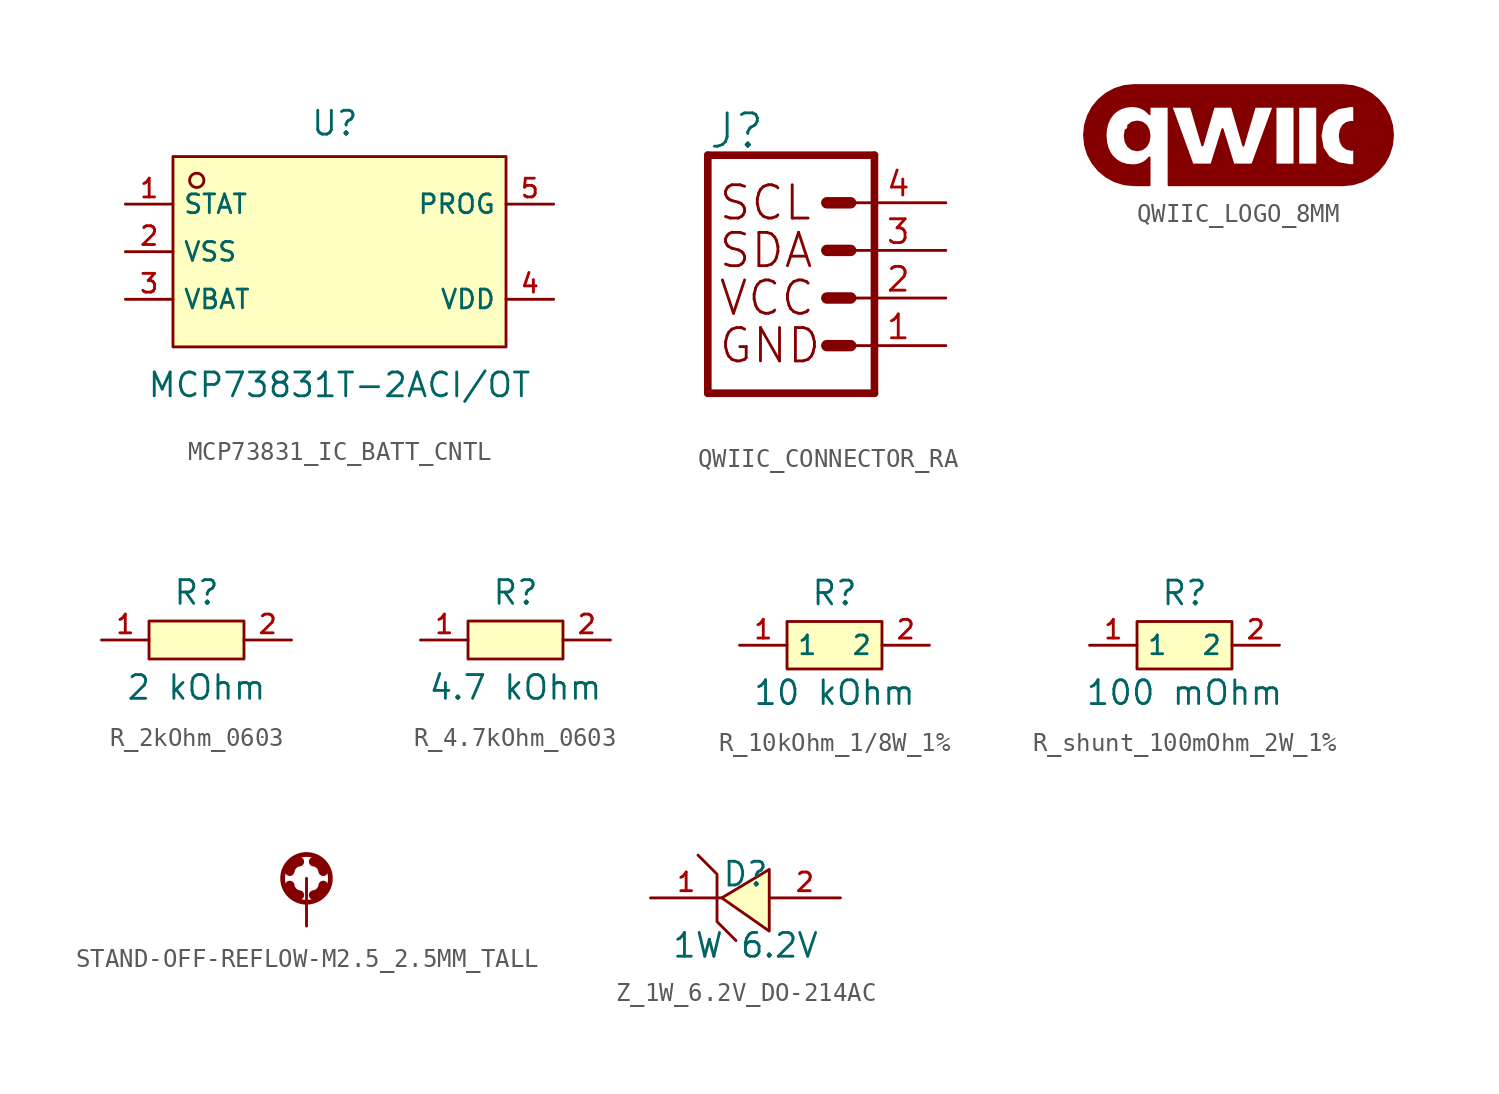
<source format=kicad_sym>
(kicad_symbol_lib
  (version 20241209)
  (generator "kicad_symbol_editor")
  (generator_version "9.0")
  (symbol "MCP73831_IC_BATT_CNTL"
    (property "Reference" "U"
      (at -0.254 6.858 0)
      (effects (font (size 1.27 1.27))))
    (property "Value" "MCP73831T-2ACI{slash}OT"
      (at 0 -7.112 0)
      (effects (font (size 1.27 1.27))))
    (symbol "MCP73831_IC_BATT_CNTL_0_1"
      (rectangle (start -8.89 5.08) (end 8.89 -5.08) (stroke (width 0) (type default)) (fill (type background)))
      (circle (center -7.62 3.81) (radius 0.381) (stroke (width 0) (type default)) (fill (type background)))
      (pin unspecified line (at -11.43 2.54 0) (length 2.54) (name "STAT" (effects (font (size 1 1)))) (number "1" (effects (font (size 1 1)))))
      (pin unspecified line (at -11.43 0 0) (length 2.54) (name "VSS" (effects (font (size 1 1)))) (number "2" (effects (font (size 1 1)))))
      (pin unspecified line (at -11.43 -2.54 0) (length 2.54) (name "VBAT" (effects (font (size 1 1)))) (number "3" (effects (font (size 1 1)))))
      (pin unspecified line (at 11.43 2.54 180) (length 2.54) (name "PROG" (effects (font (size 1 1)))) (number "5" (effects (font (size 1 1)))))
      (pin unspecified line (at 11.43 -2.54 180) (length 2.54) (name "VDD" (effects (font (size 1 1)))) (number "4" (effects (font (size 1 1)))))))
  (symbol "QWIIC_CONNECTOR_RA"
    (property "Reference" "J"
      (at -5.08 7.874 0)
      (effects (font (size 1.778 1.778)) (justify left bottom)))
    (property "Value" ""
      (at -5.08 -5.334 0)
      (effects (font (size 1.778 1.778)) (justify left top)))
    (symbol "QWIIC_CONNECTOR_RA_1_0"
      (polyline (pts (xy -5.08 7.62) (xy -5.08 -5.08)) (stroke (width 0.406) (type solid)) (fill (type none)))
      (polyline (pts (xy -5.08 7.62) (xy 3.81 7.62)) (stroke (width 0.406) (type solid)) (fill (type none)))
      (polyline (pts (xy 1.27 5.08) (xy 2.54 5.08)) (stroke (width 0.61) (type solid)) (fill (type none)))
      (polyline (pts (xy 1.27 2.54) (xy 2.54 2.54)) (stroke (width 0.61) (type solid)) (fill (type none)))
      (polyline (pts (xy 1.27 0) (xy 2.54 0)) (stroke (width 0.61) (type solid)) (fill (type none)))
      (polyline (pts (xy 1.27 -2.54) (xy 2.54 -2.54)) (stroke (width 0.61) (type solid)) (fill (type none)))
      (polyline (pts (xy 3.81 -5.08) (xy -5.08 -5.08)) (stroke (width 0.406) (type solid)) (fill (type none)))
      (polyline (pts (xy 3.81 -5.08) (xy 3.81 7.62)) (stroke (width 0.406) (type solid)) (fill (type none)))
      (text "SCL" (at -4.572 5.08 0) (effects (font (size 1.778 1.778)) (justify left)))
      (text "SDA" (at -4.572 2.54 0) (effects (font (size 1.778 1.778)) (justify left)))
      (text "VCC" (at -4.572 0 0) (effects (font (size 1.778 1.778)) (justify left)))
      (text "GND" (at -4.572 -2.54 0) (effects (font (size 1.778 1.778)) (justify left)))
      (pin passive line (at 7.62 5.08 180) (length 5.08) (name "4" (effects (font (size 0 0)))) (number "4" (effects (font (size 1.27 1.27)))))
      (pin passive line (at 7.62 2.54 180) (length 5.08) (name "3" (effects (font (size 0 0)))) (number "3" (effects (font (size 1.27 1.27)))))
      (pin power_in line (at 7.62 0 180) (length 5.08) (name "2" (effects (font (size 0 0)))) (number "2" (effects (font (size 1.27 1.27)))))
      (pin power_in line (at 7.62 -2.54 180) (length 5.08) (name "1" (effects (font (size 0 0)))) (number "1" (effects (font (size 1.27 1.27)))))))
  (symbol "QWIIC_LOGO_8MM"
    (property "Reference" "LOGO"
      (at 0 0 0)
      (effects (font (size 1.27 1.27)) (hide yes)))
    (property "ki_locked" ""
      (at 0 0 0)
      (effects (font (size 1.27 1.27))))
    (symbol "QWIIC_LOGO_8MM_1_0"
      (polyline (pts (xy -5.981 0.253) (xy -6.029 -0.06) (xy -5.981 -0.373) (xy -5.853 -0.603) (xy -5.815 -0.639) (xy -5.646 -0.765) (xy -5.597 -0.781) (xy -5.39 -0.824) (xy -5.339 -0.825) (xy -5.132 -0.781) (xy -5.083 -0.766) (xy -4.915 -0.638) (xy -4.877 -0.603) (xy -4.749 -0.372) (xy -4.702 -0.059) (xy -4.749 0.253) (xy -4.877 0.484) (xy -4.914 0.52) (xy -5.083 0.646) (xy -5.132 0.662) (xy -5.339 0.705) (xy -5.391 0.704) (xy -5.597 0.661) (xy -5.646 0.645) (xy -5.815 0.518) (xy -5.853 0.483)) (stroke (width 0.1) (type solid)) (fill (type outline)))
      (polyline (pts (xy 5.622 2.656) (xy -5.487 2.656) (xy -5.54 2.655) (xy -6.067 2.602) (xy -6.572 2.444) (xy -6.99 2.217) (xy -7.035 2.19) (xy -7.402 1.887) (xy -7.439 1.849) (xy -7.742 1.482) (xy -7.768 1.436) (xy -7.995 1.017) (xy -8.136 0.562) (xy -8.15 0.511) (xy -8.203 -0.015) (xy -8.15 -0.541) (xy -8.138 -0.592) (xy -7.997 -1.047) (xy -7.974 -1.095) (xy -7.747 -1.513) (xy -7.444 -1.881) (xy -7.408 -1.919) (xy -7.041 -2.222) (xy -6.997 -2.251) (xy -6.579 -2.478) (xy -6.529 -2.496) (xy -6.074 -2.637) (xy -6.022 -2.644) (xy -5.548 -2.691) (xy -5.495 -2.693) (xy -4.702 -2.693) (xy -4.701 -1.212) (xy -4.72 -1.211) (xy -4.788 -1.292) (xy -4.865 -1.365) (xy -4.906 -1.398) (xy -4.992 -1.459) (xy -5.084 -1.511) (xy -5.182 -1.552) (xy -5.231 -1.57) (xy -5.333 -1.598) (xy -5.438 -1.615) (xy -5.49 -1.621) (xy -5.596 -1.627) (xy -5.649 -1.624) (xy -5.912 -1.599) (xy -5.963 -1.586) (xy -6.165 -1.524) (xy -6.215 -1.506) (xy -6.446 -1.377) (xy -6.643 -1.201) (xy -6.677 -1.161) (xy -6.801 -0.989) (xy -6.829 -0.945) (xy -6.939 -0.704) (xy -6.955 -0.654) (xy -7.018 -0.397) (xy -7.026 -0.345) (xy -7.046 -0.081) (xy -7.05 -0.028) (xy -7.025 0.288) (xy -7.015 0.34) (xy -6.952 0.597) (xy -6.932 0.645) (xy -6.844 0.838) (xy -6.82 0.885) (xy -6.664 1.099) (xy -6.467 1.275) (xy -6.422 1.303) (xy -6.237 1.406) (xy -6.189 1.426) (xy -5.936 1.502) (xy -5.672 1.527) (xy -5.62 1.529) (xy -5.514 1.524) (xy -5.461 1.518) (xy -5.357 1.502) (xy -5.255 1.474) (xy -5.205 1.458) (xy -5.106 1.418) (xy -5.013 1.367) (xy -4.969 1.34) (xy -4.883 1.278) (xy -4.805 1.206) (xy -4.701 1.095) (xy -4.701 1.466) (xy -4.679 1.496) (xy -3.727 1.496) (xy -3.699 1.487) (xy -3.505 1.496) (xy -2.512 1.496) (xy -2.485 1.461) (xy -1.886 -0.568) (xy -1.872 -0.561) (xy -1.283 1.471) (xy -1.248 1.496) (xy -0.349 1.496) (xy -0.304 1.486) (xy 0.29 -0.545) (xy 0.305 -0.584) (xy 0.919 1.496) (xy 1.871 1.496) (xy 1.894 1.488) (xy 2.037 1.489) (xy 2.068 1.496) (xy 3.02 1.496) (xy 3.033 1.456) (xy 3.033 -1.547) (xy 3.238 -1.554) (xy 3.238 1.449) (xy 3.244 1.496) (xy 4.196 1.496) (xy 4.247 1.494) (xy 4.247 -1.562) (xy 4.835 -1.149) (xy 4.553 -0.716) (xy 4.537 -0.666) (xy 4.436 -0.094) (xy 4.433 -0.042) (xy 4.543 0.584) (xy 4.568 0.629) (xy 4.855 1.074) (xy 4.893 1.109) (xy 5.338 1.395) (xy 5.385 1.419) (xy 6.01 1.527) (xy 6.063 1.529) (xy 6.116 1.528) (xy 6.221 1.52) (xy 6.223 1.469) (xy 6.223 0.676) (xy 6.184 0.683) (xy 6.131 0.689) (xy 6.079 0.692) (xy 6.027 0.684) (xy 5.82 0.639) (xy 5.777 0.608) (xy 5.652 0.51) (xy 5.615 0.474) (xy 5.515 0.288) (xy 5.493 0.24) (xy 5.455 -0.021) (xy 5.453 -0.074) (xy 5.491 -0.336) (xy 5.508 -0.385) (xy 5.607 -0.572) (xy 5.64 -0.612) (xy 5.807 -0.742) (xy 5.857 -0.757) (xy 6.064 -0.801) (xy 6.117 -0.799) (xy 6.17 -0.794) (xy 6.222 -0.786) (xy 6.223 -1.578) (xy 6.203 -1.613) (xy 6.098 -1.62) (xy 6.045 -1.621) (xy 5.992 -1.618) (xy 5.367 -1.51) (xy 4.875 -1.2) (xy 4.85 -1.169) (xy 4.236 -1.58) (xy 4.223 -1.588) (xy 3.27 -1.588) (xy 3.249 -1.574) (xy 3.029 -1.571) (xy 3.023 -1.588) (xy 2.071 -1.588) (xy 2.024 -1.582) (xy 2.024 1.474) (xy 1.901 1.472) (xy 0.797 -1.547) (xy 0.756 -1.588) (xy -0.197 -1.588) (xy -0.23 -1.561) (xy -0.806 0.31) (xy -0.822 0.272) (xy -1.388 -1.546) (xy -1.411 -1.588) (xy -2.363 -1.588) (xy -2.408 -1.577) (xy -3.513 1.456) (xy -3.516 1.484) (xy -3.687 1.47) (xy -3.687 -2.643) (xy -3.684 -2.693) (xy 5.574 -2.693) (xy 5.627 -2.693) (xy 6.153 -2.64) (xy 6.204 -2.626) (xy 6.659 -2.485) (xy 7.078 -2.258) (xy 7.123 -2.232) (xy 7.491 -1.929) (xy 7.528 -1.892) (xy 7.831 -1.525) (xy 7.859 -1.48) (xy 8.086 -1.061) (xy 8.243 -0.556) (xy 8.296 -0.03) (xy 8.293 0.023) (xy 8.245 0.497) (xy 8.234 0.548) (xy 8.093 1.003) (xy 8.071 1.051) (xy 7.844 1.469) (xy 7.812 1.511) (xy 7.542 1.837) (xy 7.508 1.877) (xy 7.14 2.18) (xy 7.097 2.21) (xy 6.678 2.437) (xy 6.629 2.456) (xy 6.175 2.597) (xy 6.122 2.605) (xy 5.649 2.653)) (stroke (width 0.1) (type solid)) (fill (type outline)))))
  (symbol "R_2kOhm_0603"
    (property "Reference" "R"
      (at 0 2.54 0)
      (effects (font (size 1.27 1.27))))
    (property "Value" "2 kOhm"
      (at 0 -2.54 0)
      (effects (font (size 1.27 1.27))))
    (symbol "R_2kOhm_0603_0_1"
      (rectangle (start -2.54 1.016) (end 2.54 -1.016) (stroke (width 0) (type default)) (fill (type background))))
    (symbol "R_2kOhm_0603_1_1"
      (pin input line (at -5.08 0 0) (length 2.54) (name "" (effects (font (size 1 1)))) (number "1" (effects (font (size 1 1)))))
      (pin input line (at 5.08 0 180) (length 2.54) (name "" (effects (font (size 1 1)))) (number "2" (effects (font (size 1 1)))))))
  (symbol "R_4.7kOhm_0603"
    (property "Reference" "R"
      (at 0 2.54 0)
      (effects (font (size 1.27 1.27))))
    (property "Value" "4.7 kOhm"
      (at 0 -2.54 0)
      (effects (font (size 1.27 1.27))))
    (symbol "R_4.7kOhm_0603_0_1"
      (rectangle (start -2.54 1.016) (end 2.54 -1.016) (stroke (width 0) (type default)) (fill (type background))))
    (symbol "R_4.7kOhm_0603_1_1"
      (pin bidirectional line (at -5.08 0 0) (length 2.54) (name "" (effects (font (size 1 1)))) (number "1" (effects (font (size 1 1)))))
      (pin bidirectional line (at 5.08 0 180) (length 2.54) (name "" (effects (font (size 1 1)))) (number "2" (effects (font (size 1 1)))))))
  (symbol "R_10kOhm_1/8W_1%"
    (property "Reference" "R"
      (at 0 2.794 0)
      (effects (font (size 1.27 1.27))))
    (property "Value" "10 kOhm"
      (at 0 -2.54 0)
      (effects (font (size 1.27 1.27))))
    (symbol "R_10kOhm_1/8W_1%_0_1"
      (rectangle (start -2.54 1.27) (end 2.54 -1.27) (stroke (width 0) (type default)) (fill (type background)))
      (pin unspecified line (at -5.08 0 0) (length 2.54) (name "1" (effects (font (size 1 1)))) (number "1" (effects (font (size 1 1)))))
      (pin unspecified line (at 5.08 0 180) (length 2.54) (name "2" (effects (font (size 1 1)))) (number "2" (effects (font (size 1 1)))))))
  (symbol "R_shunt_100mOhm_2W_1%"
    (property "Reference" "R"
      (at 0 2.794 0)
      (effects (font (size 1.27 1.27))))
    (property "Value" "100 mOhm"
      (at 0 -2.54 0)
      (effects (font (size 1.27 1.27))))
    (symbol "R_shunt_100mOhm_2W_1%_0_1"
      (rectangle (start -2.54 1.27) (end 2.54 -1.27) (stroke (width 0) (type default)) (fill (type background)))
      (pin unspecified line (at -5.08 0 0) (length 2.54) (name "1" (effects (font (size 1 1)))) (number "1" (effects (font (size 1 1)))))
      (pin unspecified line (at 5.08 0 180) (length 2.54) (name "2" (effects (font (size 1 1)))) (number "2" (effects (font (size 1 1)))))))
  (symbol "STAND-OFF-REFLOW-M2.5_2.5MM_TALL"
    (property "Reference" "H"
      (at -2.54 2.54 0)
      (effects (font (size 1.778 1.511)) (justify left bottom) (hide yes)))
    (symbol "STAND-OFF-REFLOW-M2.5_2.5MM_TALL_1_0"
      (arc (start -0.889 0.381) (mid -0.7224 0.7224) (end -0.3809 0.889) (stroke (width 0.508) (type solid)) (fill (type none)))
      (arc (start -0.381 -0.889) (mid -0.7224 -0.7224) (end -0.889 -0.3809) (stroke (width 0.508) (type solid)) (fill (type none)))
      (circle (center 0 0) (radius 1.27) (stroke (width 0.254) (type solid)) (fill (type none)))
      (arc (start 0.381 0.889) (mid 0.7224 0.7224) (end 0.889 0.3809) (stroke (width 0.508) (type solid)) (fill (type none)))
      (arc (start 0.889 -0.381) (mid 0.7224 -0.7224) (end 0.3809 -0.889) (stroke (width 0.508) (type solid)) (fill (type none)))
      (pin bidirectional line (at 0 -2.54 90) (length 2.54) (name "1" (effects (font (size 0 0)))) (number "1" (effects (font (size 0 0)))))))
  (symbol "Z_1W_6.2V_DO-214AC"
    (property "Reference" "D"
      (at 0 1.27 0)
      (effects (font (size 1.27 1.27))))
    (property "Value" "1W 6.2V"
      (at 0 -2.54 0)
      (effects (font (size 1.27 1.27))))
    (symbol "Z_1W_6.2V_DO-214AC_0_1"
      (polyline (pts (xy -2.54 2.286) (xy -1.524 1.27) (xy -1.524 -1.27) (xy -0.508 -2.286)) (stroke (width 0) (type default)) (fill (type none)))
      (polyline (pts (xy 1.27 1.524) (xy -1.27 0) (xy 1.27 -1.778) (xy 1.27 1.524)) (stroke (width 0) (type default)) (fill (type background))))
    (symbol "Z_1W_6.2V_DO-214AC_1_1"
      (pin bidirectional line (at -5.08 0 0) (length 3.81) (name "" (effects (font (size 1 1)))) (number "1" (effects (font (size 1 1)))))
      (pin bidirectional line (at 5.08 0 180) (length 3.81) (name "" (effects (font (size 1 1)))) (number "2" (effects (font (size 1 1))))))))
</source>
